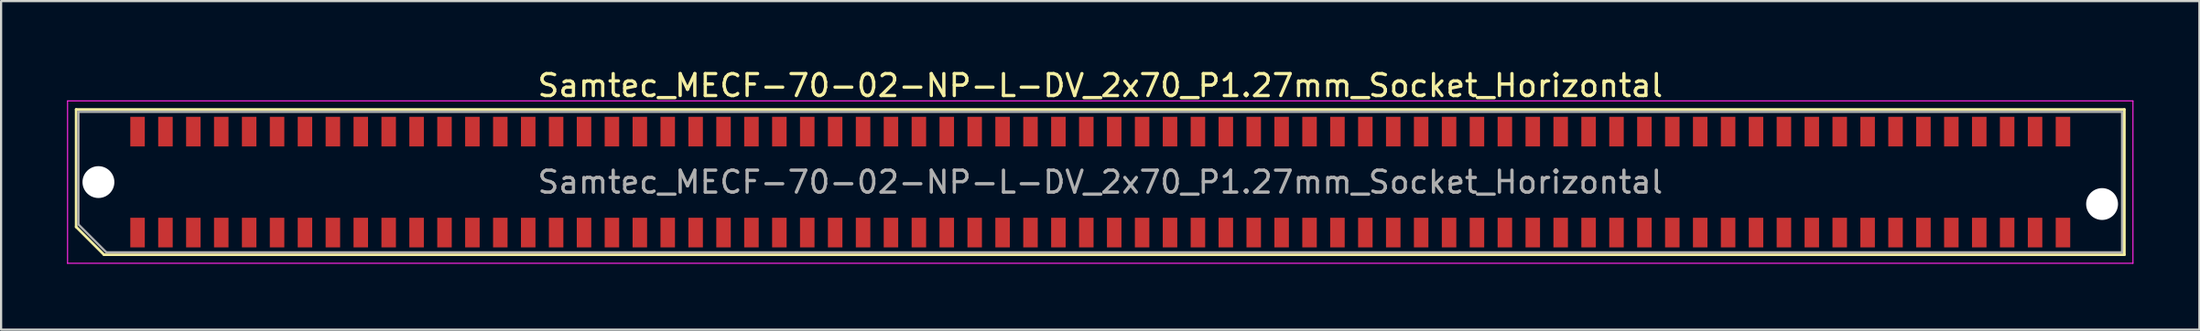
<source format=kicad_pcb>
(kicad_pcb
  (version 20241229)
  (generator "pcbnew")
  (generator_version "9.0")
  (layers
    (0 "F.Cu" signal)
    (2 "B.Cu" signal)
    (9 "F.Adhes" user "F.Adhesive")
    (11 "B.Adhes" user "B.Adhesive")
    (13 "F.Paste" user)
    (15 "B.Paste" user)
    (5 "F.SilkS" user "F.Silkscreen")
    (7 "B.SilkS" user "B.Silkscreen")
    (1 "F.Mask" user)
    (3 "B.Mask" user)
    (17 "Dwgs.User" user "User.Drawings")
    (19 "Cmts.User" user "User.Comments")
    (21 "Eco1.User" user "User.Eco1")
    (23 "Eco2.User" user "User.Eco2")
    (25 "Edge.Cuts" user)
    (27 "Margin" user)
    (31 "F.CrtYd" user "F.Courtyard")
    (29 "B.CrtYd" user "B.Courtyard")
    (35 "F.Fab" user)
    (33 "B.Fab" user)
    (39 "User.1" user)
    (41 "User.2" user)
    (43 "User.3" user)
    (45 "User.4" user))
  (footprint "Samtec_MECF-70-02-NP-L-DV_2x70_P1.27mm_Socket_Horizontal"
    (layer "F.Cu")
    (at 47.025 5.248)
    (property "Reference" "Samtec_MECF-70-02-NP-L-DV_2x70_P1.27mm_Socket_Horizontal" (at 0 -4.4 0) (layer "F.SilkS") (effects (font (size 1 1) (thickness 0.15))))
    (attr smd)
    (fp_line (start -46.61 -3.31) (end 46.61 -3.31) (stroke (width 0.12) (type solid)) (layer "F.SilkS"))
    (fp_line (start -46.61 2.04) (end -46.61 -3.31) (stroke (width 0.12) (type solid)) (layer "F.SilkS"))
    (fp_line (start -45.34 3.31) (end -46.61 2.04) (stroke (width 0.12) (type solid)) (layer "F.SilkS"))
    (fp_line (start -45.34 3.31) (end 46.61 3.31) (stroke (width 0.12) (type solid)) (layer "F.SilkS"))
    (fp_line (start 46.61 3.31) (end 46.61 -3.31) (stroke (width 0.12) (type solid)) (layer "F.SilkS"))
    (fp_line (start -47 -3.7) (end -47 3.7) (stroke (width 0.05) (type solid)) (layer "F.CrtYd"))
    (fp_line (start -47 3.7) (end 47 3.7) (stroke (width 0.05) (type solid)) (layer "F.CrtYd"))
    (fp_line (start 47 -3.7) (end -47 -3.7) (stroke (width 0.05) (type solid)) (layer "F.CrtYd"))
    (fp_line (start 47 3.7) (end 47 -3.7) (stroke (width 0.05) (type solid)) (layer "F.CrtYd"))
    (fp_line (start -46.505 -3.2) (end 46.505 -3.2) (stroke (width 0.1) (type solid)) (layer "F.Fab"))
    (fp_line (start -46.505 1.93) (end -46.505 -3.2) (stroke (width 0.1) (type solid)) (layer "F.Fab"))
    (fp_line (start -46.505 1.93) (end -45.235 3.2) (stroke (width 0.1) (type solid)) (layer "F.Fab"))
    (fp_line (start -45.235 3.2) (end 46.505 3.2) (stroke (width 0.1) (type solid)) (layer "F.Fab"))
    (fp_line (start 46.505 3.2) (end 46.505 -3.2) (stroke (width 0.1) (type solid)) (layer "F.Fab"))
    (fp_text user "${REFERENCE}" (at 0 0 0) (layer "F.Fab") (effects (font (size 1 1) (thickness 0.15))))
    (pad "" np_thru_hole circle (at -45.595 0) (size 1.45 1.45) (drill 1.45) (layers "*.Cu" "*.Mask"))
    (pad "" np_thru_hole circle (at 45.595 1) (size 1.45 1.45) (drill 1.45) (layers "*.Cu" "*.Mask"))
    (pad "1" smd rect (at -43.815 2.3) (size 0.66 1.35) (layers "F.Cu" "F.Mask" "F.Paste"))
    (pad "2" smd rect (at -43.815 -2.3) (size 0.66 1.35) (layers "F.Cu" "F.Mask" "F.Paste"))
    (pad "3" smd rect (at -42.545 2.3) (size 0.66 1.35) (layers "F.Cu" "F.Mask" "F.Paste"))
    (pad "4" smd rect (at -42.545 -2.3) (size 0.66 1.35) (layers "F.Cu" "F.Mask" "F.Paste"))
    (pad "5" smd rect (at -41.275 2.3) (size 0.66 1.35) (layers "F.Cu" "F.Mask" "F.Paste"))
    (pad "6" smd rect (at -41.275 -2.3) (size 0.66 1.35) (layers "F.Cu" "F.Mask" "F.Paste"))
    (pad "7" smd rect (at -40.005 2.3) (size 0.66 1.35) (layers "F.Cu" "F.Mask" "F.Paste"))
    (pad "8" smd rect (at -40.005 -2.3) (size 0.66 1.35) (layers "F.Cu" "F.Mask" "F.Paste"))
    (pad "9" smd rect (at -38.735 2.3) (size 0.66 1.35) (layers "F.Cu" "F.Mask" "F.Paste"))
    (pad "10" smd rect (at -38.735 -2.3) (size 0.66 1.35) (layers "F.Cu" "F.Mask" "F.Paste"))
    (pad "11" smd rect (at -37.465 2.3) (size 0.66 1.35) (layers "F.Cu" "F.Mask" "F.Paste"))
    (pad "12" smd rect (at -37.465 -2.3) (size 0.66 1.35) (layers "F.Cu" "F.Mask" "F.Paste"))
    (pad "13" smd rect (at -36.195 2.3) (size 0.66 1.35) (layers "F.Cu" "F.Mask" "F.Paste"))
    (pad "14" smd rect (at -36.195 -2.3) (size 0.66 1.35) (layers "F.Cu" "F.Mask" "F.Paste"))
    (pad "15" smd rect (at -34.925 2.3) (size 0.66 1.35) (layers "F.Cu" "F.Mask" "F.Paste"))
    (pad "16" smd rect (at -34.925 -2.3) (size 0.66 1.35) (layers "F.Cu" "F.Mask" "F.Paste"))
    (pad "17" smd rect (at -33.655 2.3) (size 0.66 1.35) (layers "F.Cu" "F.Mask" "F.Paste"))
    (pad "18" smd rect (at -33.655 -2.3) (size 0.66 1.35) (layers "F.Cu" "F.Mask" "F.Paste"))
    (pad "19" smd rect (at -32.385 2.3) (size 0.66 1.35) (layers "F.Cu" "F.Mask" "F.Paste"))
    (pad "20" smd rect (at -32.385 -2.3) (size 0.66 1.35) (layers "F.Cu" "F.Mask" "F.Paste"))
    (pad "21" smd rect (at -31.115 2.3) (size 0.66 1.35) (layers "F.Cu" "F.Mask" "F.Paste"))
    (pad "22" smd rect (at -31.115 -2.3) (size 0.66 1.35) (layers "F.Cu" "F.Mask" "F.Paste"))
    (pad "23" smd rect (at -29.845 2.3) (size 0.66 1.35) (layers "F.Cu" "F.Mask" "F.Paste"))
    (pad "24" smd rect (at -29.845 -2.3) (size 0.66 1.35) (layers "F.Cu" "F.Mask" "F.Paste"))
    (pad "25" smd rect (at -28.575 2.3) (size 0.66 1.35) (layers "F.Cu" "F.Mask" "F.Paste"))
    (pad "26" smd rect (at -28.575 -2.3) (size 0.66 1.35) (layers "F.Cu" "F.Mask" "F.Paste"))
    (pad "27" smd rect (at -27.305 2.3) (size 0.66 1.35) (layers "F.Cu" "F.Mask" "F.Paste"))
    (pad "28" smd rect (at -27.305 -2.3) (size 0.66 1.35) (layers "F.Cu" "F.Mask" "F.Paste"))
    (pad "29" smd rect (at -26.035 2.3) (size 0.66 1.35) (layers "F.Cu" "F.Mask" "F.Paste"))
    (pad "30" smd rect (at -26.035 -2.3) (size 0.66 1.35) (layers "F.Cu" "F.Mask" "F.Paste"))
    (pad "31" smd rect (at -24.765 2.3) (size 0.66 1.35) (layers "F.Cu" "F.Mask" "F.Paste"))
    (pad "32" smd rect (at -24.765 -2.3) (size 0.66 1.35) (layers "F.Cu" "F.Mask" "F.Paste"))
    (pad "33" smd rect (at -23.495 2.3) (size 0.66 1.35) (layers "F.Cu" "F.Mask" "F.Paste"))
    (pad "34" smd rect (at -23.495 -2.3) (size 0.66 1.35) (layers "F.Cu" "F.Mask" "F.Paste"))
    (pad "35" smd rect (at -22.225 2.3) (size 0.66 1.35) (layers "F.Cu" "F.Mask" "F.Paste"))
    (pad "36" smd rect (at -22.225 -2.3) (size 0.66 1.35) (layers "F.Cu" "F.Mask" "F.Paste"))
    (pad "37" smd rect (at -20.955 2.3) (size 0.66 1.35) (layers "F.Cu" "F.Mask" "F.Paste"))
    (pad "38" smd rect (at -20.955 -2.3) (size 0.66 1.35) (layers "F.Cu" "F.Mask" "F.Paste"))
    (pad "39" smd rect (at -19.685 2.3) (size 0.66 1.35) (layers "F.Cu" "F.Mask" "F.Paste"))
    (pad "40" smd rect (at -19.685 -2.3) (size 0.66 1.35) (layers "F.Cu" "F.Mask" "F.Paste"))
    (pad "41" smd rect (at -18.415 2.3) (size 0.66 1.35) (layers "F.Cu" "F.Mask" "F.Paste"))
    (pad "42" smd rect (at -18.415 -2.3) (size 0.66 1.35) (layers "F.Cu" "F.Mask" "F.Paste"))
    (pad "43" smd rect (at -17.145 2.3) (size 0.66 1.35) (layers "F.Cu" "F.Mask" "F.Paste"))
    (pad "44" smd rect (at -17.145 -2.3) (size 0.66 1.35) (layers "F.Cu" "F.Mask" "F.Paste"))
    (pad "45" smd rect (at -15.875 2.3) (size 0.66 1.35) (layers "F.Cu" "F.Mask" "F.Paste"))
    (pad "46" smd rect (at -15.875 -2.3) (size 0.66 1.35) (layers "F.Cu" "F.Mask" "F.Paste"))
    (pad "47" smd rect (at -14.605 2.3) (size 0.66 1.35) (layers "F.Cu" "F.Mask" "F.Paste"))
    (pad "48" smd rect (at -14.605 -2.3) (size 0.66 1.35) (layers "F.Cu" "F.Mask" "F.Paste"))
    (pad "49" smd rect (at -13.335 2.3) (size 0.66 1.35) (layers "F.Cu" "F.Mask" "F.Paste"))
    (pad "50" smd rect (at -13.335 -2.3) (size 0.66 1.35) (layers "F.Cu" "F.Mask" "F.Paste"))
    (pad "51" smd rect (at -12.065 2.3) (size 0.66 1.35) (layers "F.Cu" "F.Mask" "F.Paste"))
    (pad "52" smd rect (at -12.065 -2.3) (size 0.66 1.35) (layers "F.Cu" "F.Mask" "F.Paste"))
    (pad "53" smd rect (at -10.795 2.3) (size 0.66 1.35) (layers "F.Cu" "F.Mask" "F.Paste"))
    (pad "54" smd rect (at -10.795 -2.3) (size 0.66 1.35) (layers "F.Cu" "F.Mask" "F.Paste"))
    (pad "55" smd rect (at -9.525 2.3) (size 0.66 1.35) (layers "F.Cu" "F.Mask" "F.Paste"))
    (pad "56" smd rect (at -9.525 -2.3) (size 0.66 1.35) (layers "F.Cu" "F.Mask" "F.Paste"))
    (pad "57" smd rect (at -8.255 2.3) (size 0.66 1.35) (layers "F.Cu" "F.Mask" "F.Paste"))
    (pad "58" smd rect (at -8.255 -2.3) (size 0.66 1.35) (layers "F.Cu" "F.Mask" "F.Paste"))
    (pad "59" smd rect (at -6.985 2.3) (size 0.66 1.35) (layers "F.Cu" "F.Mask" "F.Paste"))
    (pad "60" smd rect (at -6.985 -2.3) (size 0.66 1.35) (layers "F.Cu" "F.Mask" "F.Paste"))
    (pad "61" smd rect (at -5.715 2.3) (size 0.66 1.35) (layers "F.Cu" "F.Mask" "F.Paste"))
    (pad "62" smd rect (at -5.715 -2.3) (size 0.66 1.35) (layers "F.Cu" "F.Mask" "F.Paste"))
    (pad "63" smd rect (at -4.445 2.3) (size 0.66 1.35) (layers "F.Cu" "F.Mask" "F.Paste"))
    (pad "64" smd rect (at -4.445 -2.3) (size 0.66 1.35) (layers "F.Cu" "F.Mask" "F.Paste"))
    (pad "65" smd rect (at -3.175 2.3) (size 0.66 1.35) (layers "F.Cu" "F.Mask" "F.Paste"))
    (pad "66" smd rect (at -3.175 -2.3) (size 0.66 1.35) (layers "F.Cu" "F.Mask" "F.Paste"))
    (pad "67" smd rect (at -1.905 2.3) (size 0.66 1.35) (layers "F.Cu" "F.Mask" "F.Paste"))
    (pad "68" smd rect (at -1.905 -2.3) (size 0.66 1.35) (layers "F.Cu" "F.Mask" "F.Paste"))
    (pad "69" smd rect (at -0.635 2.3) (size 0.66 1.35) (layers "F.Cu" "F.Mask" "F.Paste"))
    (pad "70" smd rect (at -0.635 -2.3) (size 0.66 1.35) (layers "F.Cu" "F.Mask" "F.Paste"))
    (pad "71" smd rect (at 0.635 2.3) (size 0.66 1.35) (layers "F.Cu" "F.Mask" "F.Paste"))
    (pad "72" smd rect (at 0.635 -2.3) (size 0.66 1.35) (layers "F.Cu" "F.Mask" "F.Paste"))
    (pad "73" smd rect (at 1.905 2.3) (size 0.66 1.35) (layers "F.Cu" "F.Mask" "F.Paste"))
    (pad "74" smd rect (at 1.905 -2.3) (size 0.66 1.35) (layers "F.Cu" "F.Mask" "F.Paste"))
    (pad "75" smd rect (at 3.175 2.3) (size 0.66 1.35) (layers "F.Cu" "F.Mask" "F.Paste"))
    (pad "76" smd rect (at 3.175 -2.3) (size 0.66 1.35) (layers "F.Cu" "F.Mask" "F.Paste"))
    (pad "77" smd rect (at 4.445 2.3) (size 0.66 1.35) (layers "F.Cu" "F.Mask" "F.Paste"))
    (pad "78" smd rect (at 4.445 -2.3) (size 0.66 1.35) (layers "F.Cu" "F.Mask" "F.Paste"))
    (pad "79" smd rect (at 5.715 2.3) (size 0.66 1.35) (layers "F.Cu" "F.Mask" "F.Paste"))
    (pad "80" smd rect (at 5.715 -2.3) (size 0.66 1.35) (layers "F.Cu" "F.Mask" "F.Paste"))
    (pad "81" smd rect (at 6.985 2.3) (size 0.66 1.35) (layers "F.Cu" "F.Mask" "F.Paste"))
    (pad "82" smd rect (at 6.985 -2.3) (size 0.66 1.35) (layers "F.Cu" "F.Mask" "F.Paste"))
    (pad "83" smd rect (at 8.255 2.3) (size 0.66 1.35) (layers "F.Cu" "F.Mask" "F.Paste"))
    (pad "84" smd rect (at 8.255 -2.3) (size 0.66 1.35) (layers "F.Cu" "F.Mask" "F.Paste"))
    (pad "85" smd rect (at 9.525 2.3) (size 0.66 1.35) (layers "F.Cu" "F.Mask" "F.Paste"))
    (pad "86" smd rect (at 9.525 -2.3) (size 0.66 1.35) (layers "F.Cu" "F.Mask" "F.Paste"))
    (pad "87" smd rect (at 10.795 2.3) (size 0.66 1.35) (layers "F.Cu" "F.Mask" "F.Paste"))
    (pad "88" smd rect (at 10.795 -2.3) (size 0.66 1.35) (layers "F.Cu" "F.Mask" "F.Paste"))
    (pad "89" smd rect (at 12.065 2.3) (size 0.66 1.35) (layers "F.Cu" "F.Mask" "F.Paste"))
    (pad "90" smd rect (at 12.065 -2.3) (size 0.66 1.35) (layers "F.Cu" "F.Mask" "F.Paste"))
    (pad "91" smd rect (at 13.335 2.3) (size 0.66 1.35) (layers "F.Cu" "F.Mask" "F.Paste"))
    (pad "92" smd rect (at 13.335 -2.3) (size 0.66 1.35) (layers "F.Cu" "F.Mask" "F.Paste"))
    (pad "93" smd rect (at 14.605 2.3) (size 0.66 1.35) (layers "F.Cu" "F.Mask" "F.Paste"))
    (pad "94" smd rect (at 14.605 -2.3) (size 0.66 1.35) (layers "F.Cu" "F.Mask" "F.Paste"))
    (pad "95" smd rect (at 15.875 2.3) (size 0.66 1.35) (layers "F.Cu" "F.Mask" "F.Paste"))
    (pad "96" smd rect (at 15.875 -2.3) (size 0.66 1.35) (layers "F.Cu" "F.Mask" "F.Paste"))
    (pad "97" smd rect (at 17.145 2.3) (size 0.66 1.35) (layers "F.Cu" "F.Mask" "F.Paste"))
    (pad "98" smd rect (at 17.145 -2.3) (size 0.66 1.35) (layers "F.Cu" "F.Mask" "F.Paste"))
    (pad "99" smd rect (at 18.415 2.3) (size 0.66 1.35) (layers "F.Cu" "F.Mask" "F.Paste"))
    (pad "100" smd rect (at 18.415 -2.3) (size 0.66 1.35) (layers "F.Cu" "F.Mask" "F.Paste"))
    (pad "101" smd rect (at 19.685 2.3) (size 0.66 1.35) (layers "F.Cu" "F.Mask" "F.Paste"))
    (pad "102" smd rect (at 19.685 -2.3) (size 0.66 1.35) (layers "F.Cu" "F.Mask" "F.Paste"))
    (pad "103" smd rect (at 20.955 2.3) (size 0.66 1.35) (layers "F.Cu" "F.Mask" "F.Paste"))
    (pad "104" smd rect (at 20.955 -2.3) (size 0.66 1.35) (layers "F.Cu" "F.Mask" "F.Paste"))
    (pad "105" smd rect (at 22.225 2.3) (size 0.66 1.35) (layers "F.Cu" "F.Mask" "F.Paste"))
    (pad "106" smd rect (at 22.225 -2.3) (size 0.66 1.35) (layers "F.Cu" "F.Mask" "F.Paste"))
    (pad "107" smd rect (at 23.495 2.3) (size 0.66 1.35) (layers "F.Cu" "F.Mask" "F.Paste"))
    (pad "108" smd rect (at 23.495 -2.3) (size 0.66 1.35) (layers "F.Cu" "F.Mask" "F.Paste"))
    (pad "109" smd rect (at 24.765 2.3) (size 0.66 1.35) (layers "F.Cu" "F.Mask" "F.Paste"))
    (pad "110" smd rect (at 24.765 -2.3) (size 0.66 1.35) (layers "F.Cu" "F.Mask" "F.Paste"))
    (pad "111" smd rect (at 26.035 2.3) (size 0.66 1.35) (layers "F.Cu" "F.Mask" "F.Paste"))
    (pad "112" smd rect (at 26.035 -2.3) (size 0.66 1.35) (layers "F.Cu" "F.Mask" "F.Paste"))
    (pad "113" smd rect (at 27.305 2.3) (size 0.66 1.35) (layers "F.Cu" "F.Mask" "F.Paste"))
    (pad "114" smd rect (at 27.305 -2.3) (size 0.66 1.35) (layers "F.Cu" "F.Mask" "F.Paste"))
    (pad "115" smd rect (at 28.575 2.3) (size 0.66 1.35) (layers "F.Cu" "F.Mask" "F.Paste"))
    (pad "116" smd rect (at 28.575 -2.3) (size 0.66 1.35) (layers "F.Cu" "F.Mask" "F.Paste"))
    (pad "117" smd rect (at 29.845 2.3) (size 0.66 1.35) (layers "F.Cu" "F.Mask" "F.Paste"))
    (pad "118" smd rect (at 29.845 -2.3) (size 0.66 1.35) (layers "F.Cu" "F.Mask" "F.Paste"))
    (pad "119" smd rect (at 31.115 2.3) (size 0.66 1.35) (layers "F.Cu" "F.Mask" "F.Paste"))
    (pad "120" smd rect (at 31.115 -2.3) (size 0.66 1.35) (layers "F.Cu" "F.Mask" "F.Paste"))
    (pad "121" smd rect (at 32.385 2.3) (size 0.66 1.35) (layers "F.Cu" "F.Mask" "F.Paste"))
    (pad "122" smd rect (at 32.385 -2.3) (size 0.66 1.35) (layers "F.Cu" "F.Mask" "F.Paste"))
    (pad "123" smd rect (at 33.655 2.3) (size 0.66 1.35) (layers "F.Cu" "F.Mask" "F.Paste"))
    (pad "124" smd rect (at 33.655 -2.3) (size 0.66 1.35) (layers "F.Cu" "F.Mask" "F.Paste"))
    (pad "125" smd rect (at 34.925 2.3) (size 0.66 1.35) (layers "F.Cu" "F.Mask" "F.Paste"))
    (pad "126" smd rect (at 34.925 -2.3) (size 0.66 1.35) (layers "F.Cu" "F.Mask" "F.Paste"))
    (pad "127" smd rect (at 36.195 2.3) (size 0.66 1.35) (layers "F.Cu" "F.Mask" "F.Paste"))
    (pad "128" smd rect (at 36.195 -2.3) (size 0.66 1.35) (layers "F.Cu" "F.Mask" "F.Paste"))
    (pad "129" smd rect (at 37.465 2.3) (size 0.66 1.35) (layers "F.Cu" "F.Mask" "F.Paste"))
    (pad "130" smd rect (at 37.465 -2.3) (size 0.66 1.35) (layers "F.Cu" "F.Mask" "F.Paste"))
    (pad "131" smd rect (at 38.735 2.3) (size 0.66 1.35) (layers "F.Cu" "F.Mask" "F.Paste"))
    (pad "132" smd rect (at 38.735 -2.3) (size 0.66 1.35) (layers "F.Cu" "F.Mask" "F.Paste"))
    (pad "133" smd rect (at 40.005 2.3) (size 0.66 1.35) (layers "F.Cu" "F.Mask" "F.Paste"))
    (pad "134" smd rect (at 40.005 -2.3) (size 0.66 1.35) (layers "F.Cu" "F.Mask" "F.Paste"))
    (pad "135" smd rect (at 41.275 2.3) (size 0.66 1.35) (layers "F.Cu" "F.Mask" "F.Paste"))
    (pad "136" smd rect (at 41.275 -2.3) (size 0.66 1.35) (layers "F.Cu" "F.Mask" "F.Paste"))
    (pad "137" smd rect (at 42.545 2.3) (size 0.66 1.35) (layers "F.Cu" "F.Mask" "F.Paste"))
    (pad "138" smd rect (at 42.545 -2.3) (size 0.66 1.35) (layers "F.Cu" "F.Mask" "F.Paste"))
    (pad "139" smd rect (at 43.815 2.3) (size 0.66 1.35) (layers "F.Cu" "F.Mask" "F.Paste"))
    (pad "140" smd rect (at 43.815 -2.3) (size 0.66 1.35) (layers "F.Cu" "F.Mask" "F.Paste")))
  (gr_rect
    (start -3 -3)
    (end 97.05 11.973)
    (stroke (width 0.1) (type default))
    (fill no)
    (layer "Edge.Cuts")))
</source>
